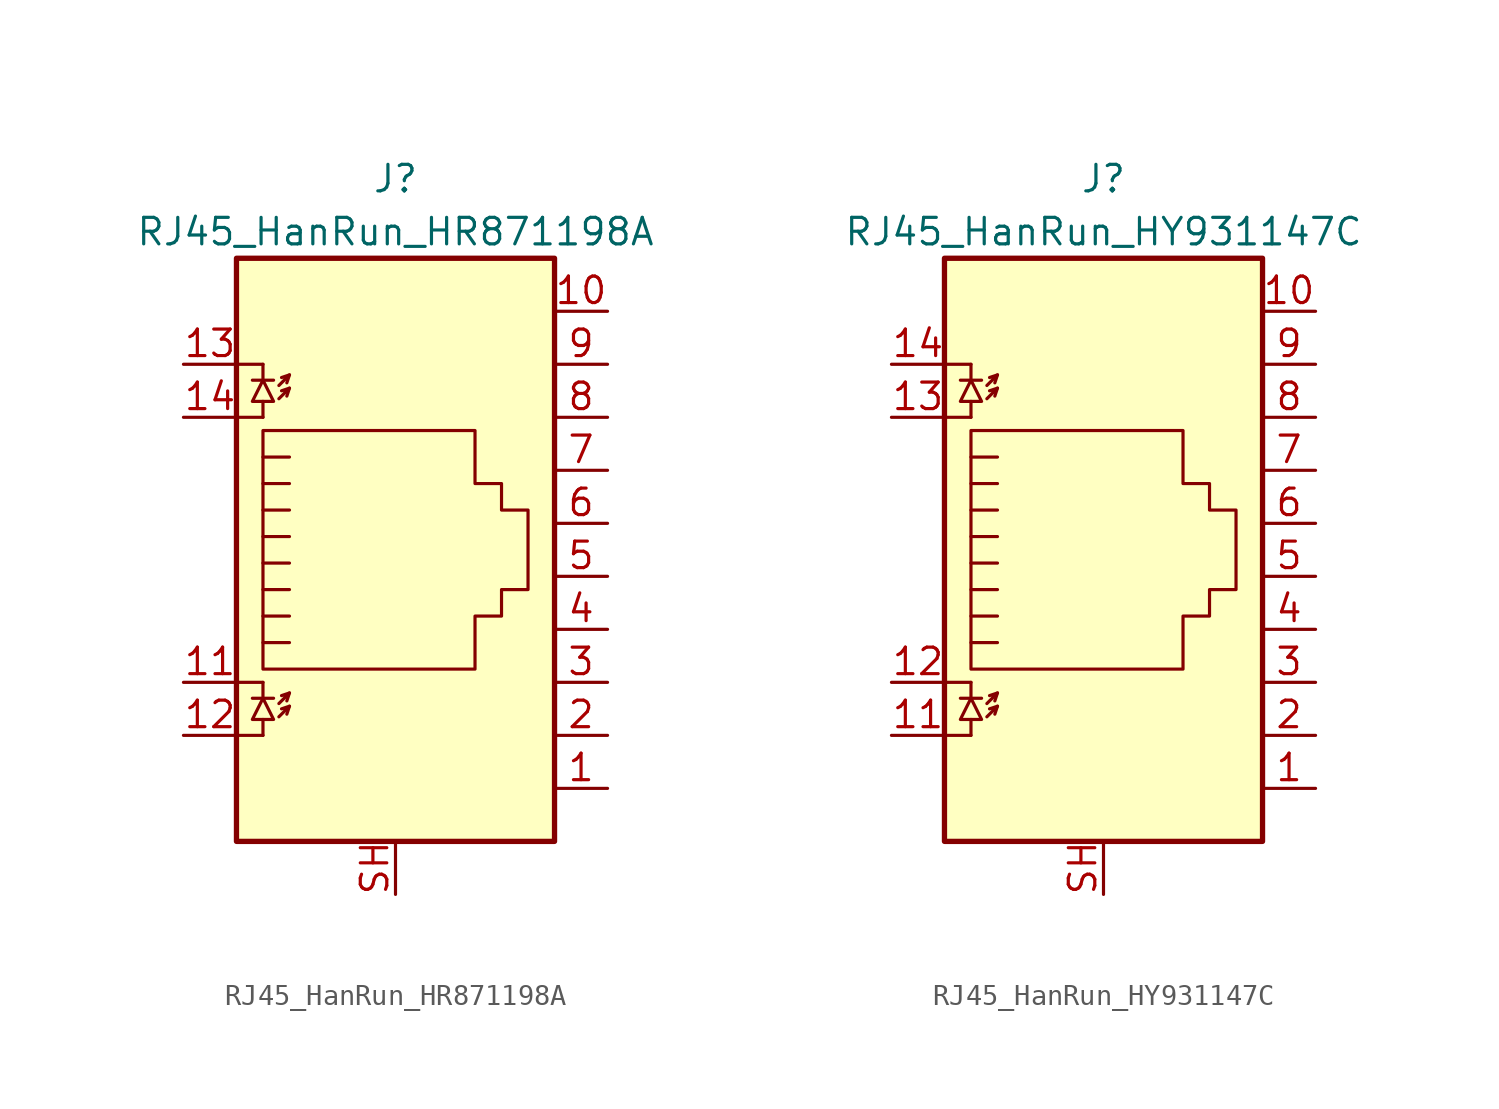
<source format=kicad_sym>
(kicad_symbol_lib
  (version 20211014)
  (generator kicad_symbol_editor)
  (symbol "RJ45_HanRun_HR871198A"
    (pin_names
      (offset 1.016))
    (property "Reference" "J"
      (at 0 19.05 0)
      (effects (font (size 1.27 1.27))))
    (property "Value" "RJ45_HanRun_HR871198A"
      (at 0 16.51 0)
      (effects (font (size 1.27 1.27))))
    (symbol "RJ45_HanRun_HR871198A_0_1"
      (polyline (pts (xy -7.62 -7.62) (xy -6.35 -7.62)) (stroke (width 0) (type default) (color 0 0 0 0)) (fill (type none)))
      (polyline (pts (xy -7.62 -5.08) (xy -6.35 -5.08)) (stroke (width 0) (type default) (color 0 0 0 0)) (fill (type none)))
      (polyline (pts (xy -7.62 7.62) (xy -6.35 7.62)) (stroke (width 0) (type default) (color 0 0 0 0)) (fill (type none)))
      (polyline (pts (xy -7.62 10.16) (xy -6.35 10.16)) (stroke (width 0) (type default) (color 0 0 0 0)) (fill (type none)))
      (polyline (pts (xy -6.858 -5.842) (xy -5.842 -5.842)) (stroke (width 0) (type default) (color 0 0 0 0)) (fill (type none)))
      (polyline (pts (xy -6.858 9.398) (xy -5.842 9.398)) (stroke (width 0) (type default) (color 0 0 0 0)) (fill (type none)))
      (polyline (pts (xy -6.35 -7.62) (xy -6.35 -6.858)) (stroke (width 0) (type default) (color 0 0 0 0)) (fill (type none)))
      (polyline (pts (xy -6.35 -5.08) (xy -6.35 -5.842)) (stroke (width 0) (type default) (color 0 0 0 0)) (fill (type none)))
      (polyline (pts (xy -6.35 7.62) (xy -6.35 8.382)) (stroke (width 0) (type default) (color 0 0 0 0)) (fill (type none)))
      (polyline (pts (xy -6.35 10.16) (xy -6.35 9.398)) (stroke (width 0) (type default) (color 0 0 0 0)) (fill (type none)))
      (polyline (pts (xy -5.08 -6.223) (xy -5.207 -6.604)) (stroke (width 0) (type default) (color 0 0 0 0)) (fill (type none)))
      (polyline (pts (xy -5.08 -5.588) (xy -5.207 -5.969)) (stroke (width 0) (type default) (color 0 0 0 0)) (fill (type none)))
      (polyline (pts (xy -5.08 4.445) (xy -6.35 4.445)) (stroke (width 0) (type default) (color 0 0 0 0)) (fill (type none)))
      (polyline (pts (xy -5.08 5.715) (xy -6.35 5.715)) (stroke (width 0) (type default) (color 0 0 0 0)) (fill (type none)))
      (polyline (pts (xy -5.08 9.017) (xy -5.207 8.636)) (stroke (width 0) (type default) (color 0 0 0 0)) (fill (type none)))
      (polyline (pts (xy -5.08 9.652) (xy -5.207 9.271)) (stroke (width 0) (type default) (color 0 0 0 0)) (fill (type none)))
      (polyline (pts (xy -6.35 -3.175) (xy -5.08 -3.175) (xy -5.08 -3.175)) (stroke (width 0) (type default) (color 0 0 0 0)) (fill (type none)))
      (polyline (pts (xy -6.35 -1.905) (xy -5.08 -1.905) (xy -5.08 -1.905)) (stroke (width 0) (type default) (color 0 0 0 0)) (fill (type none)))
      (polyline (pts (xy -6.35 -0.635) (xy -5.08 -0.635) (xy -5.08 -0.635)) (stroke (width 0) (type default) (color 0 0 0 0)) (fill (type none)))
      (polyline (pts (xy -6.35 0.635) (xy -5.08 0.635) (xy -5.08 0.635)) (stroke (width 0) (type default) (color 0 0 0 0)) (fill (type none)))
      (polyline (pts (xy -6.35 1.905) (xy -5.08 1.905) (xy -5.08 1.905)) (stroke (width 0) (type default) (color 0 0 0 0)) (fill (type none)))
      (polyline (pts (xy -5.588 -6.731) (xy -5.08 -6.223) (xy -5.461 -6.35)) (stroke (width 0) (type default) (color 0 0 0 0)) (fill (type none)))
      (polyline (pts (xy -5.588 -6.096) (xy -5.08 -5.588) (xy -5.461 -5.715)) (stroke (width 0) (type default) (color 0 0 0 0)) (fill (type none)))
      (polyline (pts (xy -5.588 8.509) (xy -5.08 9.017) (xy -5.461 8.89)) (stroke (width 0) (type default) (color 0 0 0 0)) (fill (type none)))
      (polyline (pts (xy -5.588 9.144) (xy -5.08 9.652) (xy -5.461 9.525)) (stroke (width 0) (type default) (color 0 0 0 0)) (fill (type none)))
      (polyline (pts (xy -5.08 3.175) (xy -6.35 3.175) (xy -6.35 3.175)) (stroke (width 0) (type default) (color 0 0 0 0)) (fill (type none)))
      (polyline (pts (xy -6.35 -5.842) (xy -6.858 -6.858) (xy -5.842 -6.858) (xy -6.35 -5.842)) (stroke (width 0) (type default) (color 0 0 0 0)) (fill (type none)))
      (polyline (pts (xy -6.35 9.398) (xy -6.858 8.382) (xy -5.842 8.382) (xy -6.35 9.398)) (stroke (width 0) (type default) (color 0 0 0 0)) (fill (type none)))
      (polyline (pts (xy -6.35 -4.445) (xy -6.35 6.985) (xy 3.81 6.985) (xy 3.81 4.445) (xy 5.08 4.445) (xy 5.08 3.175) (xy 6.35 3.175) (xy 6.35 -0.635) (xy 5.08 -0.635) (xy 5.08 -1.905) (xy 3.81 -1.905) (xy 3.81 -4.445) (xy -6.35 -4.445) (xy -6.35 -4.445)) (stroke (width 0) (type default) (color 0 0 0 0)) (fill (type none)))
      (rectangle (start 7.62 15.24) (end -7.62 -12.7) (stroke (width 0.254) (type default) (color 0 0 0 0)) (fill (type background))))
    (symbol "RJ45_HanRun_HR871198A_1_1"
      (pin passive line (at 10.16 -10.16 180) (length 2.54) (name "~" (effects (font (size 1.27 1.27)))) (number "1" (effects (font (size 1.27 1.27)))))
      (pin passive line (at 10.16 12.7 180) (length 2.54) (name "~" (effects (font (size 1.27 1.27)))) (number "10" (effects (font (size 1.27 1.27)))))
      (pin passive line (at -10.16 -5.08 0) (length 2.54) (name "~" (effects (font (size 1.27 1.27)))) (number "11" (effects (font (size 1.27 1.27)))))
      (pin passive line (at -10.16 -7.62 0) (length 2.54) (name "~" (effects (font (size 1.27 1.27)))) (number "12" (effects (font (size 1.27 1.27)))))
      (pin passive line (at -10.16 10.16 0) (length 2.54) (name "~" (effects (font (size 1.27 1.27)))) (number "13" (effects (font (size 1.27 1.27)))))
      (pin passive line (at -10.16 7.62 0) (length 2.54) (name "~" (effects (font (size 1.27 1.27)))) (number "14" (effects (font (size 1.27 1.27)))))
      (pin passive line (at 10.16 -7.62 180) (length 2.54) (name "~" (effects (font (size 1.27 1.27)))) (number "2" (effects (font (size 1.27 1.27)))))
      (pin passive line (at 10.16 -5.08 180) (length 2.54) (name "~" (effects (font (size 1.27 1.27)))) (number "3" (effects (font (size 1.27 1.27)))))
      (pin passive line (at 10.16 -2.54 180) (length 2.54) (name "~" (effects (font (size 1.27 1.27)))) (number "4" (effects (font (size 1.27 1.27)))))
      (pin passive line (at 10.16 0 180) (length 2.54) (name "~" (effects (font (size 1.27 1.27)))) (number "5" (effects (font (size 1.27 1.27)))))
      (pin passive line (at 10.16 2.54 180) (length 2.54) (name "~" (effects (font (size 1.27 1.27)))) (number "6" (effects (font (size 1.27 1.27)))))
      (pin passive line (at 10.16 5.08 180) (length 2.54) (name "~" (effects (font (size 1.27 1.27)))) (number "7" (effects (font (size 1.27 1.27)))))
      (pin passive line (at 10.16 7.62 180) (length 2.54) (name "~" (effects (font (size 1.27 1.27)))) (number "8" (effects (font (size 1.27 1.27)))))
      (pin passive line (at 10.16 10.16 180) (length 2.54) (name "~" (effects (font (size 1.27 1.27)))) (number "9" (effects (font (size 1.27 1.27)))))
      (pin passive line (at 0 -15.24 90) (length 2.54) (name "~" (effects (font (size 1.27 1.27)))) (number "SH" (effects (font (size 1.27 1.27)))))))
  (symbol "RJ45_HanRun_HY931147C"
    (pin_names
      (offset 1.016))
    (property "Reference" "J"
      (at 0 19.05 0)
      (effects (font (size 1.27 1.27))))
    (property "Value" "RJ45_HanRun_HY931147C"
      (at 0 16.51 0)
      (effects (font (size 1.27 1.27))))
    (symbol "RJ45_HanRun_HY931147C_0_1"
      (polyline (pts (xy -7.62 -7.62) (xy -6.35 -7.62)) (stroke (width 0) (type default) (color 0 0 0 0)) (fill (type none)))
      (polyline (pts (xy -7.62 -5.08) (xy -6.35 -5.08)) (stroke (width 0) (type default) (color 0 0 0 0)) (fill (type none)))
      (polyline (pts (xy -7.62 7.62) (xy -6.35 7.62)) (stroke (width 0) (type default) (color 0 0 0 0)) (fill (type none)))
      (polyline (pts (xy -7.62 10.16) (xy -6.35 10.16)) (stroke (width 0) (type default) (color 0 0 0 0)) (fill (type none)))
      (polyline (pts (xy -6.858 -5.842) (xy -5.842 -5.842)) (stroke (width 0) (type default) (color 0 0 0 0)) (fill (type none)))
      (polyline (pts (xy -6.858 9.398) (xy -5.842 9.398)) (stroke (width 0) (type default) (color 0 0 0 0)) (fill (type none)))
      (polyline (pts (xy -6.35 -7.62) (xy -6.35 -6.858)) (stroke (width 0) (type default) (color 0 0 0 0)) (fill (type none)))
      (polyline (pts (xy -6.35 -5.08) (xy -6.35 -5.842)) (stroke (width 0) (type default) (color 0 0 0 0)) (fill (type none)))
      (polyline (pts (xy -6.35 7.62) (xy -6.35 8.382)) (stroke (width 0) (type default) (color 0 0 0 0)) (fill (type none)))
      (polyline (pts (xy -6.35 10.16) (xy -6.35 9.398)) (stroke (width 0) (type default) (color 0 0 0 0)) (fill (type none)))
      (polyline (pts (xy -5.08 -6.223) (xy -5.207 -6.604)) (stroke (width 0) (type default) (color 0 0 0 0)) (fill (type none)))
      (polyline (pts (xy -5.08 -5.588) (xy -5.207 -5.969)) (stroke (width 0) (type default) (color 0 0 0 0)) (fill (type none)))
      (polyline (pts (xy -5.08 4.445) (xy -6.35 4.445)) (stroke (width 0) (type default) (color 0 0 0 0)) (fill (type none)))
      (polyline (pts (xy -5.08 5.715) (xy -6.35 5.715)) (stroke (width 0) (type default) (color 0 0 0 0)) (fill (type none)))
      (polyline (pts (xy -5.08 9.017) (xy -5.207 8.636)) (stroke (width 0) (type default) (color 0 0 0 0)) (fill (type none)))
      (polyline (pts (xy -5.08 9.652) (xy -5.207 9.271)) (stroke (width 0) (type default) (color 0 0 0 0)) (fill (type none)))
      (polyline (pts (xy -6.35 -3.175) (xy -5.08 -3.175) (xy -5.08 -3.175)) (stroke (width 0) (type default) (color 0 0 0 0)) (fill (type none)))
      (polyline (pts (xy -6.35 -1.905) (xy -5.08 -1.905) (xy -5.08 -1.905)) (stroke (width 0) (type default) (color 0 0 0 0)) (fill (type none)))
      (polyline (pts (xy -6.35 -0.635) (xy -5.08 -0.635) (xy -5.08 -0.635)) (stroke (width 0) (type default) (color 0 0 0 0)) (fill (type none)))
      (polyline (pts (xy -6.35 0.635) (xy -5.08 0.635) (xy -5.08 0.635)) (stroke (width 0) (type default) (color 0 0 0 0)) (fill (type none)))
      (polyline (pts (xy -6.35 1.905) (xy -5.08 1.905) (xy -5.08 1.905)) (stroke (width 0) (type default) (color 0 0 0 0)) (fill (type none)))
      (polyline (pts (xy -5.588 -6.731) (xy -5.08 -6.223) (xy -5.461 -6.35)) (stroke (width 0) (type default) (color 0 0 0 0)) (fill (type none)))
      (polyline (pts (xy -5.588 -6.096) (xy -5.08 -5.588) (xy -5.461 -5.715)) (stroke (width 0) (type default) (color 0 0 0 0)) (fill (type none)))
      (polyline (pts (xy -5.588 8.509) (xy -5.08 9.017) (xy -5.461 8.89)) (stroke (width 0) (type default) (color 0 0 0 0)) (fill (type none)))
      (polyline (pts (xy -5.588 9.144) (xy -5.08 9.652) (xy -5.461 9.525)) (stroke (width 0) (type default) (color 0 0 0 0)) (fill (type none)))
      (polyline (pts (xy -5.08 3.175) (xy -6.35 3.175) (xy -6.35 3.175)) (stroke (width 0) (type default) (color 0 0 0 0)) (fill (type none)))
      (polyline (pts (xy -6.35 -5.842) (xy -6.858 -6.858) (xy -5.842 -6.858) (xy -6.35 -5.842)) (stroke (width 0) (type default) (color 0 0 0 0)) (fill (type none)))
      (polyline (pts (xy -6.35 9.398) (xy -6.858 8.382) (xy -5.842 8.382) (xy -6.35 9.398)) (stroke (width 0) (type default) (color 0 0 0 0)) (fill (type none)))
      (polyline (pts (xy -6.35 -4.445) (xy -6.35 6.985) (xy 3.81 6.985) (xy 3.81 4.445) (xy 5.08 4.445) (xy 5.08 3.175) (xy 6.35 3.175) (xy 6.35 -0.635) (xy 5.08 -0.635) (xy 5.08 -1.905) (xy 3.81 -1.905) (xy 3.81 -4.445) (xy -6.35 -4.445) (xy -6.35 -4.445)) (stroke (width 0) (type default) (color 0 0 0 0)) (fill (type none)))
      (rectangle (start 7.62 15.24) (end -7.62 -12.7) (stroke (width 0.254) (type default) (color 0 0 0 0)) (fill (type background))))
    (symbol "RJ45_HanRun_HY931147C_1_1"
      (pin passive line (at 10.16 -10.16 180) (length 2.54) (name "~" (effects (font (size 1.27 1.27)))) (number "1" (effects (font (size 1.27 1.27)))))
      (pin passive line (at 10.16 12.7 180) (length 2.54) (name "~" (effects (font (size 1.27 1.27)))) (number "10" (effects (font (size 1.27 1.27)))))
      (pin passive line (at -10.16 -7.62 0) (length 2.54) (name "~" (effects (font (size 1.27 1.27)))) (number "11" (effects (font (size 1.27 1.27)))))
      (pin passive line (at -10.16 -5.08 0) (length 2.54) (name "~" (effects (font (size 1.27 1.27)))) (number "12" (effects (font (size 1.27 1.27)))))
      (pin passive line (at -10.16 7.62 0) (length 2.54) (name "~" (effects (font (size 1.27 1.27)))) (number "13" (effects (font (size 1.27 1.27)))))
      (pin passive line (at -10.16 10.16 0) (length 2.54) (name "~" (effects (font (size 1.27 1.27)))) (number "14" (effects (font (size 1.27 1.27)))))
      (pin passive line (at 10.16 -7.62 180) (length 2.54) (name "~" (effects (font (size 1.27 1.27)))) (number "2" (effects (font (size 1.27 1.27)))))
      (pin passive line (at 10.16 -5.08 180) (length 2.54) (name "~" (effects (font (size 1.27 1.27)))) (number "3" (effects (font (size 1.27 1.27)))))
      (pin passive line (at 10.16 -2.54 180) (length 2.54) (name "~" (effects (font (size 1.27 1.27)))) (number "4" (effects (font (size 1.27 1.27)))))
      (pin passive line (at 10.16 0 180) (length 2.54) (name "~" (effects (font (size 1.27 1.27)))) (number "5" (effects (font (size 1.27 1.27)))))
      (pin passive line (at 10.16 2.54 180) (length 2.54) (name "~" (effects (font (size 1.27 1.27)))) (number "6" (effects (font (size 1.27 1.27)))))
      (pin passive line (at 10.16 5.08 180) (length 2.54) (name "~" (effects (font (size 1.27 1.27)))) (number "7" (effects (font (size 1.27 1.27)))))
      (pin passive line (at 10.16 7.62 180) (length 2.54) (name "~" (effects (font (size 1.27 1.27)))) (number "8" (effects (font (size 1.27 1.27)))))
      (pin passive line (at 10.16 10.16 180) (length 2.54) (name "~" (effects (font (size 1.27 1.27)))) (number "9" (effects (font (size 1.27 1.27)))))
      (pin passive line (at 0 -15.24 90) (length 2.54) (name "~" (effects (font (size 1.27 1.27)))) (number "SH" (effects (font (size 1.27 1.27))))))))
</source>
